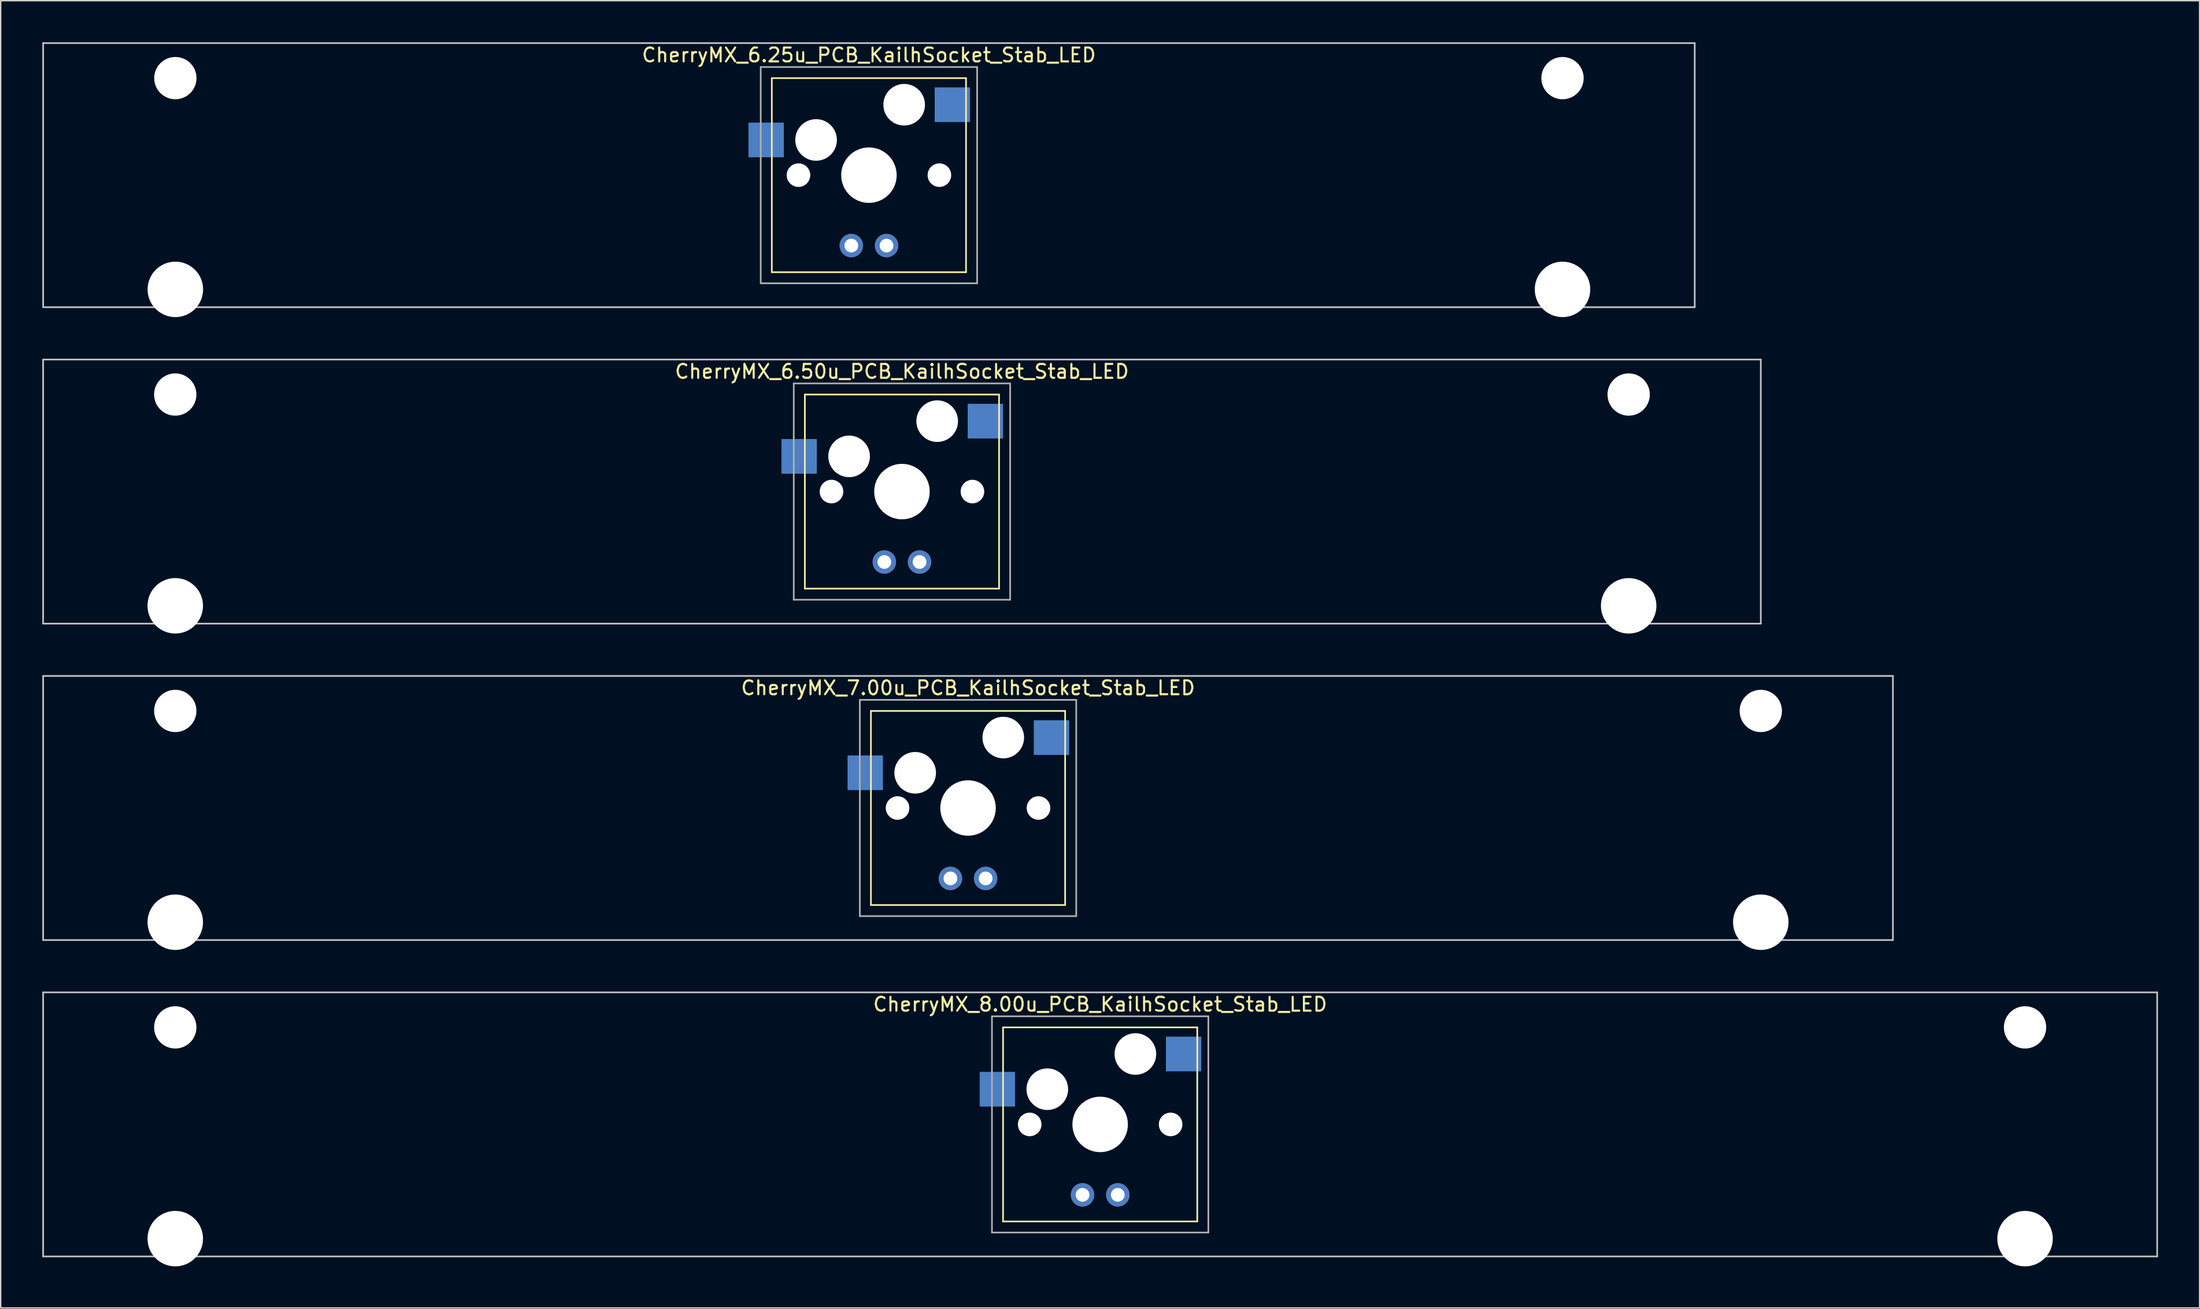
<source format=kicad_pcb>
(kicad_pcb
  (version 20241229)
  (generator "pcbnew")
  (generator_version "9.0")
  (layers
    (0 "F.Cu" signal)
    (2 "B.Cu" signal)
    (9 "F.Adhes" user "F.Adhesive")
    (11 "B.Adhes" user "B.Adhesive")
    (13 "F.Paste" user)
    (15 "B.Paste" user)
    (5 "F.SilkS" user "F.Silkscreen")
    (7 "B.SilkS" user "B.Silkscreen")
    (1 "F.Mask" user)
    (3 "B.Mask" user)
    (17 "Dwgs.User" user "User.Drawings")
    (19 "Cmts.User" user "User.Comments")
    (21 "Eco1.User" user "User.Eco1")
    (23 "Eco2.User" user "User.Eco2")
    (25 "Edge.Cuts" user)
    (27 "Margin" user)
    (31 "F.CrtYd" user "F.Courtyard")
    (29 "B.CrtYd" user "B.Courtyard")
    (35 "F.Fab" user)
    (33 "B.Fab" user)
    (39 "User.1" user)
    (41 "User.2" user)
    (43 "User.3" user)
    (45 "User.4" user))
  (footprint "CherryMX_7.00u_PCB_KailhSocket_Stab_LED"
    (layer "F.Cu")
    (at 66.735 55.235)
    (property "Reference" "CherryMX_7.00u_PCB_KailhSocket_Stab_LED" (at 0 -8.662 0) (layer "F.SilkS") (effects (font (size 1 1) (thickness 0.15))))
    (attr through_hole)
    (fp_line (start -7 -7) (end -7 7) (stroke (width 0.12) (type solid)) (layer "F.SilkS"))
    (fp_line (start -7 -7) (end 7 -7) (stroke (width 0.12) (type solid)) (layer "F.SilkS"))
    (fp_line (start 7 -7) (end 7 7) (stroke (width 0.12) (type solid)) (layer "F.SilkS"))
    (fp_line (start 7 7) (end -7 7) (stroke (width 0.12) (type solid)) (layer "F.SilkS"))
    (fp_line (start -66.675 -9.525) (end 66.675 -9.525) (stroke (width 0.12) (type solid)) (layer "Dwgs.User"))
    (fp_line (start -66.675 9.525) (end -66.675 -9.525) (stroke (width 0.12) (type solid)) (layer "Dwgs.User"))
    (fp_line (start 66.675 -9.525) (end 66.675 9.525) (stroke (width 0.12) (type solid)) (layer "Dwgs.User"))
    (fp_line (start 66.675 9.525) (end -66.675 9.525) (stroke (width 0.12) (type solid)) (layer "Dwgs.User"))
    (fp_line (start -7.8 -7.8) (end -7.8 7.8) (stroke (width 0.12) (type solid)) (layer "F.Fab"))
    (fp_line (start -7.8 -7.8) (end 7.8 -7.8) (stroke (width 0.12) (type solid)) (layer "F.Fab"))
    (fp_line (start -7.8 7.8) (end 7.8 7.8) (stroke (width 0.12) (type solid)) (layer "F.Fab"))
    (fp_line (start 7.8 -7.8) (end 7.8 7.8) (stroke (width 0.12) (type solid)) (layer "F.Fab"))
    (pad "" np_thru_hole circle (at -57.15 -7) (size 3.05 3.05) (drill 3.05) (layers "*.Cu" "*.Mask"))
    (pad "" np_thru_hole circle (at -57.15 8.24) (size 4 4) (drill 4) (layers "*.Cu" "*.Mask"))
    (pad "" np_thru_hole circle (at -5.08 0) (size 1.7 1.7) (drill 1.7) (layers "*.Cu" "*.Mask"))
    (pad "" np_thru_hole circle (at -3.81 -2.54) (size 3 3) (drill 3) (layers "*.Cu" "*.Mask"))
    (pad "" np_thru_hole circle (at 0 0) (size 4 4) (drill 4) (layers "*.Cu" "*.Mask"))
    (pad "" np_thru_hole circle (at 2.54 -5.08) (size 3 3) (drill 3) (layers "*.Cu" "*.Mask"))
    (pad "" np_thru_hole circle (at 5.08 0) (size 1.7 1.7) (drill 1.7) (layers "*.Cu" "*.Mask"))
    (pad "" np_thru_hole circle (at 57.15 -7) (size 3.05 3.05) (drill 3.05) (layers "*.Cu" "*.Mask"))
    (pad "" np_thru_hole circle (at 57.15 8.24) (size 4 4) (drill 4) (layers "*.Cu" "*.Mask"))
    (pad "1" smd rect (at -7.41 -2.54) (size 2.55 2.5) (layers "B.Cu" "B.Mask" "B.Paste"))
    (pad "2" smd rect (at 6.015 -5.08) (size 2.55 2.5) (layers "B.Cu" "B.Mask" "B.Paste"))
    (pad "3" thru_hole circle (at -1.27 5.08) (size 1.691 1.691) (drill 0.991) (layers "*.Cu" "*.Mask"))
    (pad "4" thru_hole circle (at 1.27 5.08) (size 1.691 1.691) (drill 0.991) (layers "*.Cu" "*.Mask")))
  (footprint "CherryMX_8.00u_PCB_KailhSocket_Stab_LED"
    (layer "F.Cu")
    (at 76.26 78.06)
    (property "Reference" "CherryMX_8.00u_PCB_KailhSocket_Stab_LED" (at 0 -8.662 0) (layer "F.SilkS") (effects (font (size 1 1) (thickness 0.15))))
    (attr through_hole)
    (fp_line (start -7 -7) (end -7 7) (stroke (width 0.12) (type solid)) (layer "F.SilkS"))
    (fp_line (start -7 -7) (end 7 -7) (stroke (width 0.12) (type solid)) (layer "F.SilkS"))
    (fp_line (start 7 -7) (end 7 7) (stroke (width 0.12) (type solid)) (layer "F.SilkS"))
    (fp_line (start 7 7) (end -7 7) (stroke (width 0.12) (type solid)) (layer "F.SilkS"))
    (fp_line (start -76.2 -9.525) (end 76.2 -9.525) (stroke (width 0.12) (type solid)) (layer "Dwgs.User"))
    (fp_line (start -76.2 9.525) (end -76.2 -9.525) (stroke (width 0.12) (type solid)) (layer "Dwgs.User"))
    (fp_line (start 76.2 -9.525) (end 76.2 9.525) (stroke (width 0.12) (type solid)) (layer "Dwgs.User"))
    (fp_line (start 76.2 9.525) (end -76.2 9.525) (stroke (width 0.12) (type solid)) (layer "Dwgs.User"))
    (fp_line (start -7.8 -7.8) (end -7.8 7.8) (stroke (width 0.12) (type solid)) (layer "F.Fab"))
    (fp_line (start -7.8 -7.8) (end 7.8 -7.8) (stroke (width 0.12) (type solid)) (layer "F.Fab"))
    (fp_line (start -7.8 7.8) (end 7.8 7.8) (stroke (width 0.12) (type solid)) (layer "F.Fab"))
    (fp_line (start 7.8 -7.8) (end 7.8 7.8) (stroke (width 0.12) (type solid)) (layer "F.Fab"))
    (pad "" np_thru_hole circle (at -66.675 -7) (size 3.05 3.05) (drill 3.05) (layers "*.Cu" "*.Mask"))
    (pad "" np_thru_hole circle (at -66.675 8.24) (size 4 4) (drill 4) (layers "*.Cu" "*.Mask"))
    (pad "" np_thru_hole circle (at -5.08 0) (size 1.7 1.7) (drill 1.7) (layers "*.Cu" "*.Mask"))
    (pad "" np_thru_hole circle (at -3.81 -2.54) (size 3 3) (drill 3) (layers "*.Cu" "*.Mask"))
    (pad "" np_thru_hole circle (at 0 0) (size 4 4) (drill 4) (layers "*.Cu" "*.Mask"))
    (pad "" np_thru_hole circle (at 2.54 -5.08) (size 3 3) (drill 3) (layers "*.Cu" "*.Mask"))
    (pad "" np_thru_hole circle (at 5.08 0) (size 1.7 1.7) (drill 1.7) (layers "*.Cu" "*.Mask"))
    (pad "" np_thru_hole circle (at 66.675 -7) (size 3.05 3.05) (drill 3.05) (layers "*.Cu" "*.Mask"))
    (pad "" np_thru_hole circle (at 66.675 8.24) (size 4 4) (drill 4) (layers "*.Cu" "*.Mask"))
    (pad "1" smd rect (at -7.41 -2.54) (size 2.55 2.5) (layers "B.Cu" "B.Mask" "B.Paste"))
    (pad "2" smd rect (at 6.015 -5.08) (size 2.55 2.5) (layers "B.Cu" "B.Mask" "B.Paste"))
    (pad "3" thru_hole circle (at -1.27 5.08) (size 1.691 1.691) (drill 0.991) (layers "*.Cu" "*.Mask"))
    (pad "4" thru_hole circle (at 1.27 5.08) (size 1.691 1.691) (drill 0.991) (layers "*.Cu" "*.Mask")))
  (footprint "CherryMX_6.25u_PCB_KailhSocket_Stab_LED"
    (layer "F.Cu")
    (at 59.591 9.585)
    (property "Reference" "CherryMX_6.25u_PCB_KailhSocket_Stab_LED" (at 0 -8.662 0) (layer "F.SilkS") (effects (font (size 1 1) (thickness 0.15))))
    (attr through_hole)
    (fp_line (start -7 -7) (end -7 7) (stroke (width 0.12) (type solid)) (layer "F.SilkS"))
    (fp_line (start -7 -7) (end 7 -7) (stroke (width 0.12) (type solid)) (layer "F.SilkS"))
    (fp_line (start 7 -7) (end 7 7) (stroke (width 0.12) (type solid)) (layer "F.SilkS"))
    (fp_line (start 7 7) (end -7 7) (stroke (width 0.12) (type solid)) (layer "F.SilkS"))
    (fp_line (start -59.531 -9.525) (end 59.531 -9.525) (stroke (width 0.12) (type solid)) (layer "Dwgs.User"))
    (fp_line (start -59.531 9.525) (end -59.531 -9.525) (stroke (width 0.12) (type solid)) (layer "Dwgs.User"))
    (fp_line (start 59.531 -9.525) (end 59.531 9.525) (stroke (width 0.12) (type solid)) (layer "Dwgs.User"))
    (fp_line (start 59.531 9.525) (end -59.531 9.525) (stroke (width 0.12) (type solid)) (layer "Dwgs.User"))
    (fp_line (start -7.8 -7.8) (end -7.8 7.8) (stroke (width 0.12) (type solid)) (layer "F.Fab"))
    (fp_line (start -7.8 -7.8) (end 7.8 -7.8) (stroke (width 0.12) (type solid)) (layer "F.Fab"))
    (fp_line (start -7.8 7.8) (end 7.8 7.8) (stroke (width 0.12) (type solid)) (layer "F.Fab"))
    (fp_line (start 7.8 -7.8) (end 7.8 7.8) (stroke (width 0.12) (type solid)) (layer "F.Fab"))
    (pad "" np_thru_hole circle (at -50 -7) (size 3.05 3.05) (drill 3.05) (layers "*.Cu" "*.Mask"))
    (pad "" np_thru_hole circle (at -50 8.24) (size 4 4) (drill 4) (layers "*.Cu" "*.Mask"))
    (pad "" np_thru_hole circle (at -5.08 0) (size 1.7 1.7) (drill 1.7) (layers "*.Cu" "*.Mask"))
    (pad "" np_thru_hole circle (at -3.81 -2.54) (size 3 3) (drill 3) (layers "*.Cu" "*.Mask"))
    (pad "" np_thru_hole circle (at 0 0) (size 4 4) (drill 4) (layers "*.Cu" "*.Mask"))
    (pad "" np_thru_hole circle (at 2.54 -5.08) (size 3 3) (drill 3) (layers "*.Cu" "*.Mask"))
    (pad "" np_thru_hole circle (at 5.08 0) (size 1.7 1.7) (drill 1.7) (layers "*.Cu" "*.Mask"))
    (pad "" np_thru_hole circle (at 50 -7) (size 3.05 3.05) (drill 3.05) (layers "*.Cu" "*.Mask"))
    (pad "" np_thru_hole circle (at 50 8.24) (size 4 4) (drill 4) (layers "*.Cu" "*.Mask"))
    (pad "1" smd rect (at -7.41 -2.54) (size 2.55 2.5) (layers "B.Cu" "B.Mask" "B.Paste"))
    (pad "2" smd rect (at 6.015 -5.08) (size 2.55 2.5) (layers "B.Cu" "B.Mask" "B.Paste"))
    (pad "3" thru_hole circle (at -1.27 5.08) (size 1.691 1.691) (drill 0.991) (layers "*.Cu" "*.Mask"))
    (pad "4" thru_hole circle (at 1.27 5.08) (size 1.691 1.691) (drill 0.991) (layers "*.Cu" "*.Mask")))
  (footprint "CherryMX_6.50u_PCB_KailhSocket_Stab_LED"
    (layer "F.Cu")
    (at 61.972 32.41)
    (property "Reference" "CherryMX_6.50u_PCB_KailhSocket_Stab_LED" (at 0 -8.662 0) (layer "F.SilkS") (effects (font (size 1 1) (thickness 0.15))))
    (attr through_hole)
    (fp_line (start -7 -7) (end -7 7) (stroke (width 0.12) (type solid)) (layer "F.SilkS"))
    (fp_line (start -7 -7) (end 7 -7) (stroke (width 0.12) (type solid)) (layer "F.SilkS"))
    (fp_line (start 7 -7) (end 7 7) (stroke (width 0.12) (type solid)) (layer "F.SilkS"))
    (fp_line (start 7 7) (end -7 7) (stroke (width 0.12) (type solid)) (layer "F.SilkS"))
    (fp_line (start -61.913 -9.525) (end 61.913 -9.525) (stroke (width 0.12) (type solid)) (layer "Dwgs.User"))
    (fp_line (start -61.913 9.525) (end -61.913 -9.525) (stroke (width 0.12) (type solid)) (layer "Dwgs.User"))
    (fp_line (start 61.913 -9.525) (end 61.913 9.525) (stroke (width 0.12) (type solid)) (layer "Dwgs.User"))
    (fp_line (start 61.913 9.525) (end -61.913 9.525) (stroke (width 0.12) (type solid)) (layer "Dwgs.User"))
    (fp_line (start -7.8 -7.8) (end -7.8 7.8) (stroke (width 0.12) (type solid)) (layer "F.Fab"))
    (fp_line (start -7.8 -7.8) (end 7.8 -7.8) (stroke (width 0.12) (type solid)) (layer "F.Fab"))
    (fp_line (start -7.8 7.8) (end 7.8 7.8) (stroke (width 0.12) (type solid)) (layer "F.Fab"))
    (fp_line (start 7.8 -7.8) (end 7.8 7.8) (stroke (width 0.12) (type solid)) (layer "F.Fab"))
    (pad "" np_thru_hole circle (at -52.388 -7) (size 3.05 3.05) (drill 3.05) (layers "*.Cu" "*.Mask"))
    (pad "" np_thru_hole circle (at -52.388 8.24) (size 4 4) (drill 4) (layers "*.Cu" "*.Mask"))
    (pad "" np_thru_hole circle (at -5.08 0) (size 1.7 1.7) (drill 1.7) (layers "*.Cu" "*.Mask"))
    (pad "" np_thru_hole circle (at -3.81 -2.54) (size 3 3) (drill 3) (layers "*.Cu" "*.Mask"))
    (pad "" np_thru_hole circle (at 0 0) (size 4 4) (drill 4) (layers "*.Cu" "*.Mask"))
    (pad "" np_thru_hole circle (at 2.54 -5.08) (size 3 3) (drill 3) (layers "*.Cu" "*.Mask"))
    (pad "" np_thru_hole circle (at 5.08 0) (size 1.7 1.7) (drill 1.7) (layers "*.Cu" "*.Mask"))
    (pad "" np_thru_hole circle (at 52.388 -7) (size 3.05 3.05) (drill 3.05) (layers "*.Cu" "*.Mask"))
    (pad "" np_thru_hole circle (at 52.388 8.24) (size 4 4) (drill 4) (layers "*.Cu" "*.Mask"))
    (pad "1" smd rect (at -7.41 -2.54) (size 2.55 2.5) (layers "B.Cu" "B.Mask" "B.Paste"))
    (pad "2" smd rect (at 6.015 -5.08) (size 2.55 2.5) (layers "B.Cu" "B.Mask" "B.Paste"))
    (pad "3" thru_hole circle (at -1.27 5.08) (size 1.691 1.691) (drill 0.991) (layers "*.Cu" "*.Mask"))
    (pad "4" thru_hole circle (at 1.27 5.08) (size 1.691 1.691) (drill 0.991) (layers "*.Cu" "*.Mask")))
  (gr_rect
    (start -3 -3)
    (end 155.52 91.3)
    (stroke (width 0.1) (type default))
    (fill no)
    (layer "Edge.Cuts")))
</source>
